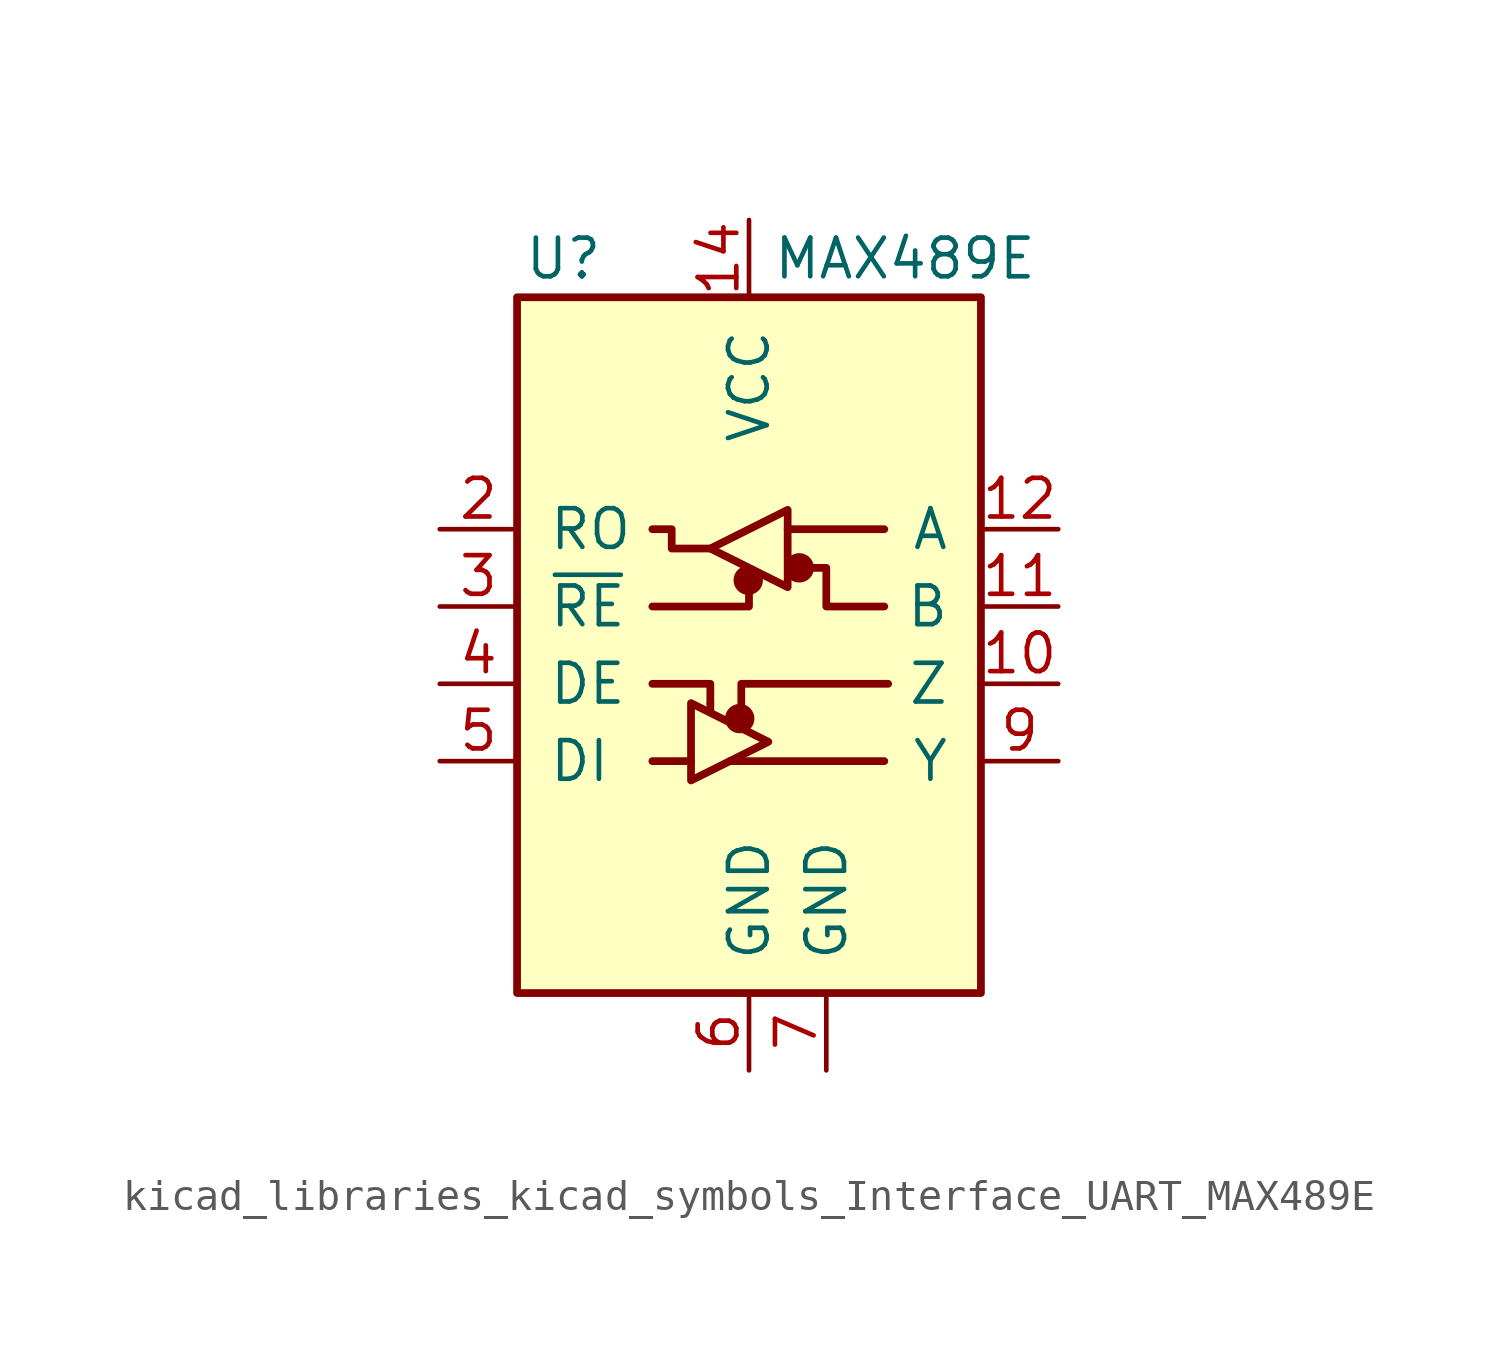
<source format=kicad_sym>
(kicad_symbol_lib
  (version 20220914)
  (generator kicad_symbol_editor)
  (symbol "kicad_libraries_kicad_symbols_Interface_UART_MAX489E"
    (pin_names
      (offset 1.016))
    (property "Reference" "U"
      (at -6.096 11.43 0)
      (effects (font (size 1.27 1.27))))
    (property "Value" "MAX489E"
      (at 0.762 11.43 0)
      (effects (font (size 1.27 1.27)) (justify left)))
    (symbol "kicad_libraries_kicad_symbols_Interface_UART_MAX489E_0_1"
      (rectangle (start -7.62 10.16) (end 7.62 -12.7) (stroke (width 0.254) (type default)) (fill (type background)))
      (circle (center -0.305 -3.683) (radius 0.356) (stroke (width 0.254) (type default)) (fill (type outline)))
      (circle (center -0.025 0.864) (radius 0.356) (stroke (width 0.254) (type default)) (fill (type outline)))
      (polyline (pts (xy -3.175 -5.08) (xy -1.905 -5.08)) (stroke (width 0.254) (type default)) (fill (type none)))
      (polyline (pts (xy -1.27 -3.2) (xy -1.27 -3.454)) (stroke (width 0.254) (type default)) (fill (type none)))
      (polyline (pts (xy -0.635 -5.08) (xy 4.445 -5.08)) (stroke (width 0.254) (type default)) (fill (type none)))
      (polyline (pts (xy 1.27 2.54) (xy 4.445 2.54)) (stroke (width 0.254) (type default)) (fill (type none)))
      (polyline (pts (xy -3.175 -2.54) (xy -1.27 -2.54) (xy -1.27 -3.175)) (stroke (width 0.254) (type default)) (fill (type none)))
      (polyline (pts (xy -0.254 -3.556) (xy -0.254 -2.54) (xy 4.572 -2.54)) (stroke (width 0.254) (type default)) (fill (type none)))
      (polyline (pts (xy 0 0.635) (xy 0 0) (xy -3.175 0)) (stroke (width 0.254) (type default)) (fill (type none)))
      (polyline (pts (xy -1.905 -3.175) (xy -1.905 -5.715) (xy 0.635 -4.445) (xy -1.905 -3.175)) (stroke (width 0.254) (type default)) (fill (type none)))
      (polyline (pts (xy -1.27 1.905) (xy -2.54 1.905) (xy -2.54 2.54) (xy -3.175 2.54)) (stroke (width 0.254) (type default)) (fill (type none)))
      (polyline (pts (xy -1.27 1.905) (xy 1.27 3.175) (xy 1.27 0.635) (xy -1.27 1.905)) (stroke (width 0.254) (type default)) (fill (type none)))
      (polyline (pts (xy 1.905 1.27) (xy 2.54 1.27) (xy 2.54 0) (xy 4.445 0)) (stroke (width 0.254) (type default)) (fill (type none)))
      (circle (center 1.651 1.27) (radius 0.356) (stroke (width 0.254) (type default)) (fill (type outline))))
    (symbol "kicad_libraries_kicad_symbols_Interface_UART_MAX489E_1_1"
      (pin no_connect line (at -7.62 7.62 0) (length 2.54) hide (name "NC" (effects (font (size 1.27 1.27)))) (number "1" (effects (font (size 1.27 1.27)))))
      (pin output line (at 10.16 -2.54 180) (length 2.54) (name "Z" (effects (font (size 1.27 1.27)))) (number "10" (effects (font (size 1.27 1.27)))))
      (pin input line (at 10.16 0 180) (length 2.54) (name "B" (effects (font (size 1.27 1.27)))) (number "11" (effects (font (size 1.27 1.27)))))
      (pin input line (at 10.16 2.54 180) (length 2.54) (name "A" (effects (font (size 1.27 1.27)))) (number "12" (effects (font (size 1.27 1.27)))))
      (pin no_connect line (at 7.62 7.62 180) (length 2.54) hide (name "NC" (effects (font (size 1.27 1.27)))) (number "13" (effects (font (size 1.27 1.27)))))
      (pin power_in line (at 0 12.7 270) (length 2.54) (name "VCC" (effects (font (size 1.27 1.27)))) (number "14" (effects (font (size 1.27 1.27)))))
      (pin output line (at -10.16 2.54 0) (length 2.54) (name "RO" (effects (font (size 1.27 1.27)))) (number "2" (effects (font (size 1.27 1.27)))))
      (pin input line (at -10.16 0 0) (length 2.54) (name "~{RE}" (effects (font (size 1.27 1.27)))) (number "3" (effects (font (size 1.27 1.27)))))
      (pin input line (at -10.16 -2.54 0) (length 2.54) (name "DE" (effects (font (size 1.27 1.27)))) (number "4" (effects (font (size 1.27 1.27)))))
      (pin input line (at -10.16 -5.08 0) (length 2.54) (name "DI" (effects (font (size 1.27 1.27)))) (number "5" (effects (font (size 1.27 1.27)))))
      (pin power_in line (at 0 -15.24 90) (length 2.54) (name "GND" (effects (font (size 1.27 1.27)))) (number "6" (effects (font (size 1.27 1.27)))))
      (pin power_in line (at 2.54 -15.24 90) (length 2.54) (name "GND" (effects (font (size 1.27 1.27)))) (number "7" (effects (font (size 1.27 1.27)))))
      (pin no_connect line (at 7.62 -10.16 180) (length 2.54) hide (name "NC" (effects (font (size 1.27 1.27)))) (number "8" (effects (font (size 1.27 1.27)))))
      (pin output line (at 10.16 -5.08 180) (length 2.54) (name "Y" (effects (font (size 1.27 1.27)))) (number "9" (effects (font (size 1.27 1.27))))))))
</source>
